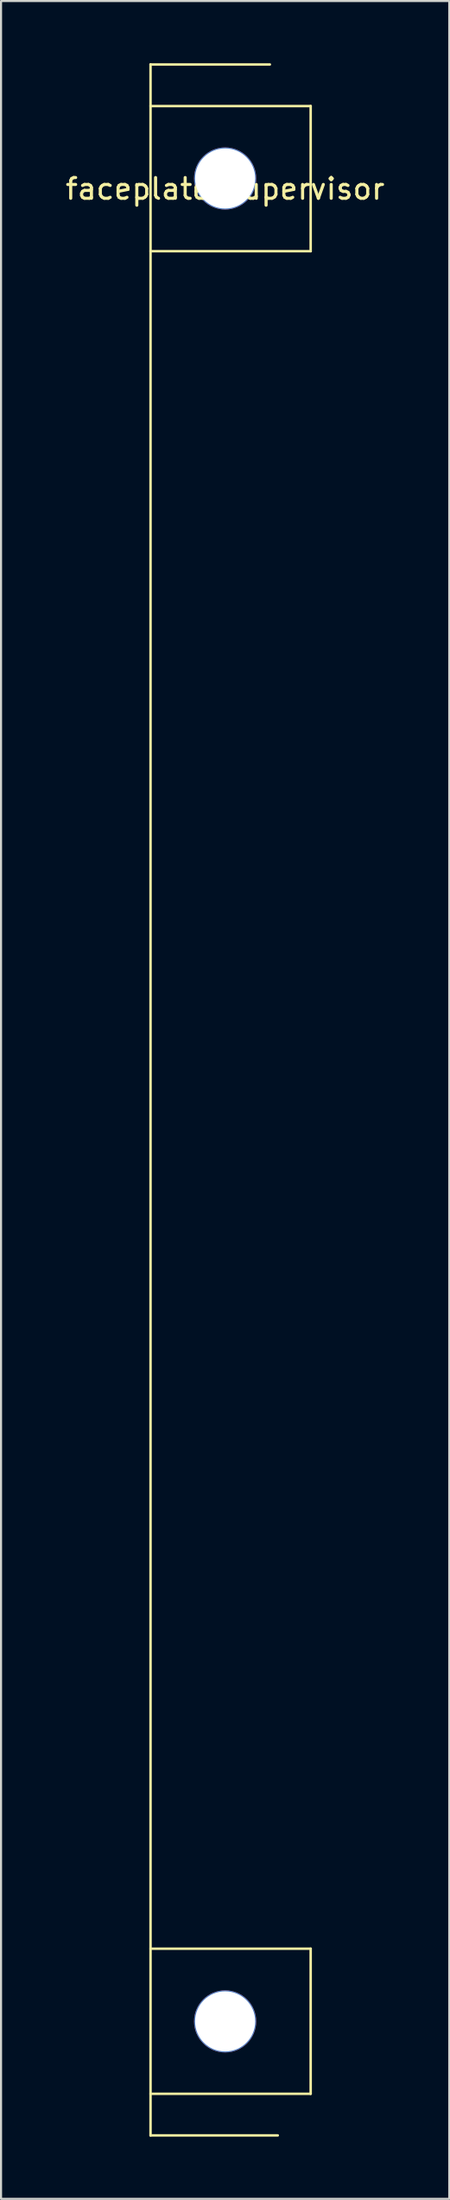
<source format=kicad_pcb>
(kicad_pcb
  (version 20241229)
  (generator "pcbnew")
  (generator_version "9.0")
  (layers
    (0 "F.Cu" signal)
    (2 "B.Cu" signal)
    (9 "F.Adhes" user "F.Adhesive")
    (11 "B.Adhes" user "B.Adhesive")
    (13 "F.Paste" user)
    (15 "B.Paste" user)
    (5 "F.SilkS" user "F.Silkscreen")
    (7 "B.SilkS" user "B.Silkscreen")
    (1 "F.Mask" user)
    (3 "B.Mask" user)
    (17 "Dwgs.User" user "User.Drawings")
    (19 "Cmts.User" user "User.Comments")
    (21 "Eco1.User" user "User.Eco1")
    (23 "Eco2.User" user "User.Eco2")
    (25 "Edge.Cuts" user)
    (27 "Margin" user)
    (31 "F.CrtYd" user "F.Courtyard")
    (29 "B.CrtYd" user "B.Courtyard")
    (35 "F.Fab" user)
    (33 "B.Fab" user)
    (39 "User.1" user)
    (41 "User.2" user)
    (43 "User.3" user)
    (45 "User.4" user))
  (footprint "faceplate_supervisor"
    (layer "F.Cu")
    (at 7.815 5.56)
    (property "Reference" "faceplate_supervisor" (at 0 0.5 0) (layer "F.SilkS") (effects (font (size 1 1) (thickness 0.15))))
    (attr through_hole)
    (fp_line (start -3.6 -5.5) (end -3.6 94.4) (stroke (width 0.12) (type solid)) (layer "F.SilkS"))
    (fp_line (start -3.6 -5.5) (end 2.159 -5.5) (stroke (width 0.12) (type solid)) (layer "F.SilkS"))
    (fp_line (start -3.6 -3.493) (end 4.128 -3.493) (stroke (width 0.12) (type solid)) (layer "F.SilkS"))
    (fp_line (start -3.6 3.507) (end 4.128 3.507) (stroke (width 0.12) (type solid)) (layer "F.SilkS"))
    (fp_line (start -3.6 85.392) (end 4.128 85.392) (stroke (width 0.12) (type solid)) (layer "F.SilkS"))
    (fp_line (start -3.6 92.392) (end 4.128 92.392) (stroke (width 0.12) (type solid)) (layer "F.SilkS"))
    (fp_line (start -3.6 94.4) (end 2.54 94.4) (stroke (width 0.12) (type solid)) (layer "F.SilkS"))
    (fp_line (start 4.128 3.507) (end 4.128 -3.493) (stroke (width 0.12) (type solid)) (layer "F.SilkS"))
    (fp_line (start 4.128 92.392) (end 4.128 85.392) (stroke (width 0.12) (type solid)) (layer "F.SilkS"))
    (pad "" np_thru_hole circle (at 0 0) (size 3 3) (drill 2.9) (layers "*.Cu" "*.Mask"))
    (pad "" np_thru_hole circle (at 0 88.9) (size 3 3) (drill 2.9) (layers "*.Cu" "*.Mask")))
  (gr_rect
    (start -3 -3)
    (end 18.631 103.02)
    (stroke (width 0.1) (type default))
    (fill no)
    (layer "Edge.Cuts")))
</source>
